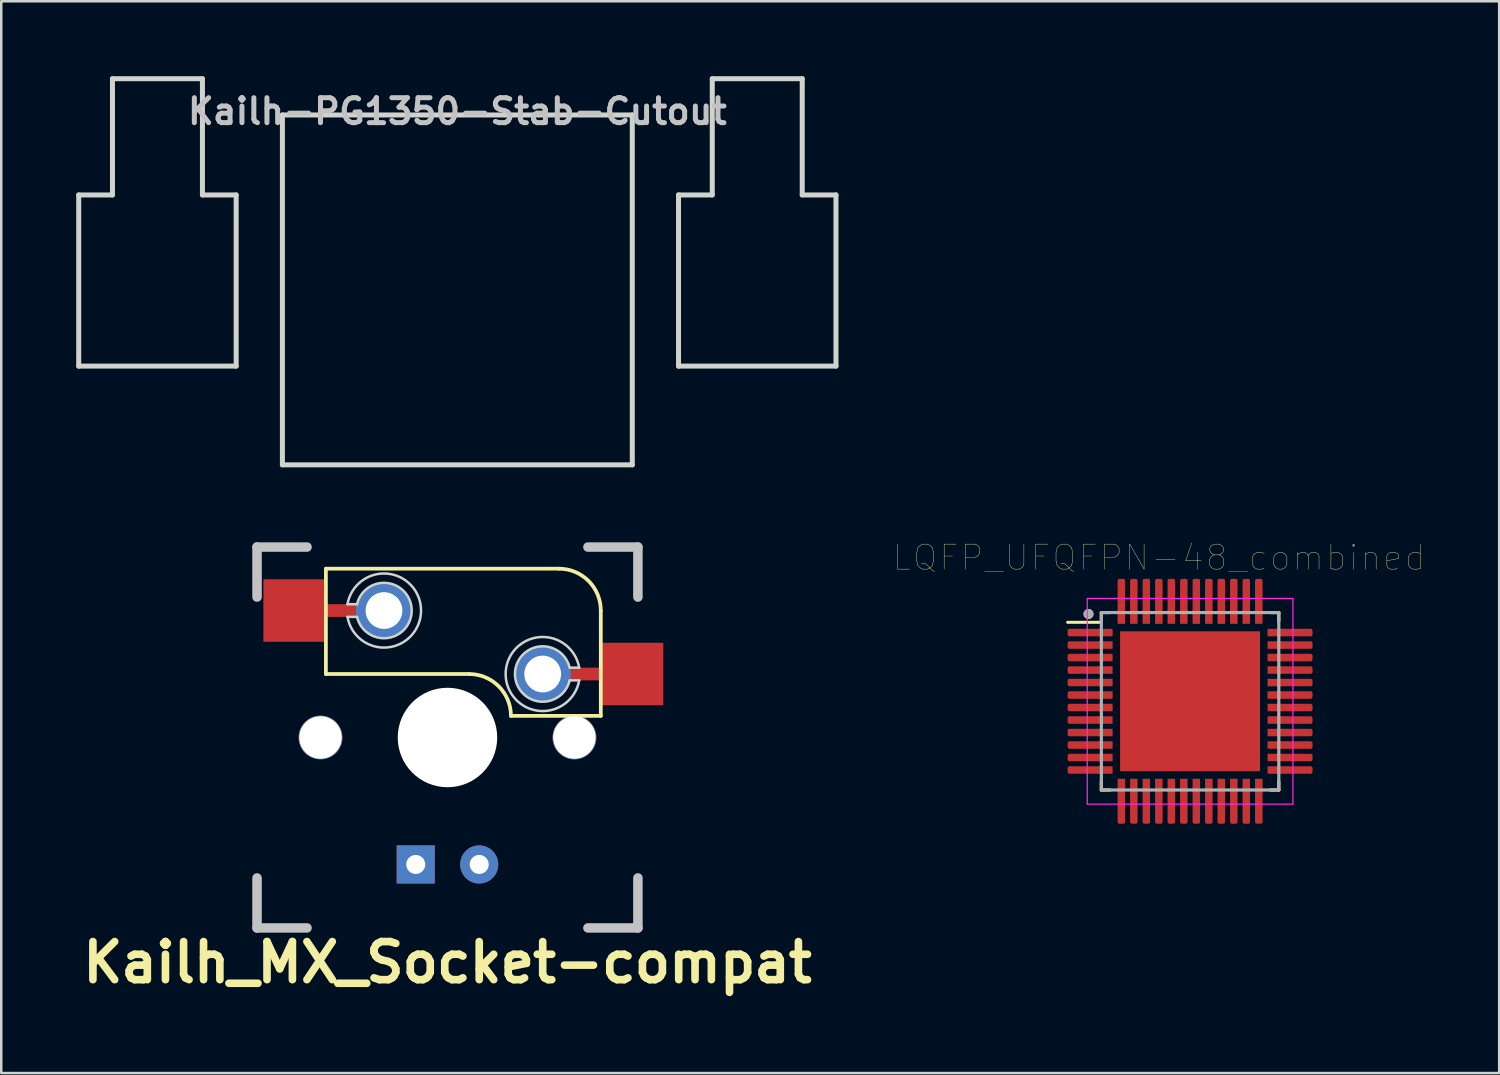
<source format=kicad_pcb>
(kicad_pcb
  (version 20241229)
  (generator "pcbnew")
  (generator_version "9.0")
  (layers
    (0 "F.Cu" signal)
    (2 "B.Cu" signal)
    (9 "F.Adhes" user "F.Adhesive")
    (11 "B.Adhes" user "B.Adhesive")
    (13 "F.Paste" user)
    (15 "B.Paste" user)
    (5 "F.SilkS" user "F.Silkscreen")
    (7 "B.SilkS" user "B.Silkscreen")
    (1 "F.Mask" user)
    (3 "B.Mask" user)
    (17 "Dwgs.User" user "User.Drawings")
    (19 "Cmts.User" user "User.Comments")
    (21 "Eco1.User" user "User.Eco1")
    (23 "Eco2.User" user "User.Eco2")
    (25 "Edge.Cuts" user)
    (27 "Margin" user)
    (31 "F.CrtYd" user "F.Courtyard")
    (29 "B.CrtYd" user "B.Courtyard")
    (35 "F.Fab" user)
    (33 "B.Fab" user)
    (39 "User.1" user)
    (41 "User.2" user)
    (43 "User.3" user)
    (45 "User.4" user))
  (footprint "Kailh-PG1350-Stab-Cutout"
    (layer "F.Cu")
    (at 15.25 8.55)
    (property "Reference" "Kailh-PG1350-Stab-Cutout" (at 0 -7.144 180) (layer "Dwgs.User") (effects (font (size 1 1) (thickness 0.2))))
    (attr through_hole)
    (fp_line (start -15.15 -3.8) (end -13.8 -3.8) (stroke (width 0.2) (type solid)) (layer "Edge.Cuts"))
    (fp_line (start -15.15 3.05) (end -15.15 -3.8) (stroke (width 0.2) (type solid)) (layer "Edge.Cuts"))
    (fp_line (start -15.15 3.05) (end -8.85 3.05) (stroke (width 0.2) (type solid)) (layer "Edge.Cuts"))
    (fp_line (start -13.8 -8.45) (end -13.8 -3.8) (stroke (width 0.2) (type solid)) (layer "Edge.Cuts"))
    (fp_line (start -13.8 -8.45) (end -10.2 -8.45) (stroke (width 0.2) (type solid)) (layer "Edge.Cuts"))
    (fp_line (start -10.2 -8.45) (end -10.2 -3.8) (stroke (width 0.2) (type solid)) (layer "Edge.Cuts"))
    (fp_line (start -10.2 -3.8) (end -8.85 -3.8) (stroke (width 0.2) (type solid)) (layer "Edge.Cuts"))
    (fp_line (start -8.85 3.05) (end -8.85 -3.8) (stroke (width 0.2) (type solid)) (layer "Edge.Cuts"))
    (fp_line (start -7 -7) (end 7 -7) (stroke (width 0.2) (type solid)) (layer "Edge.Cuts"))
    (fp_line (start -7 7) (end -7 -7) (stroke (width 0.2) (type solid)) (layer "Edge.Cuts"))
    (fp_line (start 7 -7) (end 7 7) (stroke (width 0.2) (type solid)) (layer "Edge.Cuts"))
    (fp_line (start 7 7) (end -7 7) (stroke (width 0.2) (type solid)) (layer "Edge.Cuts"))
    (fp_line (start 8.85 -3.8) (end 10.2 -3.8) (stroke (width 0.2) (type solid)) (layer "Edge.Cuts"))
    (fp_line (start 8.85 3.05) (end 8.85 -3.8) (stroke (width 0.2) (type solid)) (layer "Edge.Cuts"))
    (fp_line (start 8.85 3.05) (end 15.15 3.05) (stroke (width 0.2) (type solid)) (layer "Edge.Cuts"))
    (fp_line (start 10.2 -8.45) (end 10.2 -3.8) (stroke (width 0.2) (type solid)) (layer "Edge.Cuts"))
    (fp_line (start 10.2 -8.45) (end 13.8 -8.45) (stroke (width 0.2) (type solid)) (layer "Edge.Cuts"))
    (fp_line (start 13.8 -8.45) (end 13.8 -3.8) (stroke (width 0.2) (type solid)) (layer "Edge.Cuts"))
    (fp_line (start 13.8 -3.8) (end 15.15 -3.8) (stroke (width 0.2) (type solid)) (layer "Edge.Cuts"))
    (fp_line (start 15.15 3.05) (end 15.15 -3.8) (stroke (width 0.2) (type solid)) (layer "Edge.Cuts")))
  (footprint "Kailh_MX_Socket-compat"
    (layer "F.Cu")
    (at 14.855 26.46)
    (property "Reference" "Kailh_MX_Socket-compat" (at 0 9 0) (layer "F.SilkS") (effects (font (size 1.524 1.524) (thickness 0.305))))
    (attr through_hole)
    (fp_line (start -4.865 -6.75) (end -4.865 -2.54) (stroke (width 0.15) (type solid)) (layer "F.SilkS"))
    (fp_line (start 0.865 -2.54) (end -4.865 -2.54) (stroke (width 0.15) (type solid)) (layer "F.SilkS"))
    (fp_line (start 4.46 -6.755) (end -4.865 -6.755) (stroke (width 0.15) (type solid)) (layer "F.SilkS"))
    (fp_line (start 6.135 -5.08) (end 6.135 -0.865) (stroke (width 0.15) (type solid)) (layer "F.SilkS"))
    (fp_line (start 6.135 -0.865) (end 2.54 -0.865) (stroke (width 0.15) (type solid)) (layer "F.SilkS"))
    (fp_arc (start 0.865 -2.54) (mid 2.049404 -2.049404) (end 2.54 -0.865) (stroke (width 0.15) (type solid)) (layer "F.SilkS"))
    (fp_arc (start 4.46 -6.755) (mid 5.644404 -6.264404) (end 6.135 -5.08) (stroke (width 0.15) (type solid)) (layer "F.SilkS"))
    (fp_line (start -7.62 -7.62) (end -5.62 -7.62) (stroke (width 0.381) (type solid)) (layer "Dwgs.User"))
    (fp_line (start -7.62 -5.62) (end -7.62 -7.62) (stroke (width 0.381) (type solid)) (layer "Dwgs.User"))
    (fp_line (start -7.62 5.62) (end -7.62 7.62) (stroke (width 0.381) (type solid)) (layer "Dwgs.User"))
    (fp_line (start -7.62 7.62) (end -5.62 7.62) (stroke (width 0.381) (type solid)) (layer "Dwgs.User"))
    (fp_line (start 5.62 -7.62) (end 7.62 -7.62) (stroke (width 0.381) (type solid)) (layer "Dwgs.User"))
    (fp_line (start 5.62 7.62) (end 7.62 7.62) (stroke (width 0.381) (type solid)) (layer "Dwgs.User"))
    (fp_line (start 7.62 -7.62) (end 7.62 -5.62) (stroke (width 0.381) (type solid)) (layer "Dwgs.User"))
    (fp_line (start 7.62 5.62) (end 7.62 7.62) (stroke (width 0.381) (type solid)) (layer "Dwgs.User"))
    (fp_line (start -3.619 -5.334) (end -4 -5.334) (stroke (width 0.1) (type solid)) (layer "Edge.Cuts"))
    (fp_line (start -3.619 -4.826) (end -4 -4.826) (stroke (width 0.1) (type solid)) (layer "Edge.Cuts"))
    (fp_line (start 4.889 -2.794) (end 5.27 -2.794) (stroke (width 0.1) (type solid)) (layer "Edge.Cuts"))
    (fp_line (start 4.889 -2.286) (end 5.27 -2.286) (stroke (width 0.1) (type solid)) (layer "Edge.Cuts"))
    (fp_arc (start -4.000639 -5.333195) (mid -1.057578 -5.080408) (end -4.000499 -4.826001) (stroke (width 0.1) (type solid)) (layer "Edge.Cuts"))
    (fp_arc (start -3.619415 -5.334358) (mid -1.431021 -5.079816) (end -3.619499 -4.826001) (stroke (width 0.1) (type solid)) (layer "Edge.Cuts"))
    (fp_arc (start 4.889415 -2.285642) (mid 2.701021 -2.540184) (end 4.889499 -2.793999) (stroke (width 0.1) (type solid)) (layer "Edge.Cuts"))
    (fp_arc (start 5.270639 -2.286805) (mid 2.327578 -2.539592) (end 5.270499 -2.793999) (stroke (width 0.1) (type solid)) (layer "Edge.Cuts"))
    (pad "" np_thru_hole circle (at -5.08 0) (size 1.75 1.75) (drill 1.7) (layers "*.Cu" "*.Mask"))
    (pad "" np_thru_hole circle (at 0 0) (size 3.98 3.98) (drill 3.98) (layers "*.Cu" "*.Mask"))
    (pad "" np_thru_hole circle (at 5.08 0) (size 1.75 1.75) (drill 1.7) (layers "*.Cu" "*.Mask"))
    (pad "1" thru_hole circle (at 3.81 -2.54) (size 2.25 2.25) (drill 1.47) (layers "*.Cu" "*.Mask"))
    (pad "1" smd rect (at 5.524 -2.54 180) (size 1.5 0.508) (layers "F.Cu" "F.Mask"))
    (pad "1" smd rect (at 7.36 -2.54) (size 2.55 2.5) (layers "F.Cu" "F.Mask" "F.Paste"))
    (pad "2" smd rect (at -6.09 -5.08) (size 2.55 2.5) (layers "F.Cu" "F.Mask" "F.Paste"))
    (pad "2" smd rect (at -4.255 -5.08) (size 1.5 0.508) (layers "F.Cu" "F.Mask"))
    (pad "2" thru_hole circle (at -2.54 -5.08) (size 2.25 2.25) (drill 1.47) (layers "*.Cu" "*.Mask"))
    (pad "3" thru_hole rect (at -1.27 5.08) (size 1.524 1.524) (drill 0.762) (layers "*.Cu" "*.Mask"))
    (pad "4" thru_hole circle (at 1.27 5.08) (size 1.524 1.524) (drill 0.762) (layers "*.Cu" "*.Mask")))
  (footprint "LQFP_UFQFPN-48_combined"
    (layer "F.Cu")
    (at 44.569 25.011)
    (property "Reference" "LQFP_UFQFPN-48_combined" (at -1.245 -5.75 0) (layer "F.SilkS") (effects (font (size 1 1) (thickness 0.015))))
    (attr through_hole)
    (fp_line (start -3.61 -3.16) (end -4.9 -3.16) (stroke (width 0.12) (type solid)) (layer "F.SilkS"))
    (fp_line (start -3.55 -3.55) (end -3.55 -3.205) (stroke (width 0.127) (type solid)) (layer "F.SilkS"))
    (fp_line (start -3.55 -3.55) (end -3.205 -3.55) (stroke (width 0.127) (type solid)) (layer "F.SilkS"))
    (fp_line (start -3.55 3.55) (end -3.55 3.205) (stroke (width 0.127) (type solid)) (layer "F.SilkS"))
    (fp_line (start -3.55 3.55) (end -3.205 3.55) (stroke (width 0.127) (type solid)) (layer "F.SilkS"))
    (fp_line (start 3.55 -3.55) (end 3.205 -3.55) (stroke (width 0.127) (type solid)) (layer "F.SilkS"))
    (fp_line (start 3.55 -3.55) (end 3.55 -3.205) (stroke (width 0.127) (type solid)) (layer "F.SilkS"))
    (fp_line (start 3.55 3.55) (end 3.205 3.55) (stroke (width 0.127) (type solid)) (layer "F.SilkS"))
    (fp_line (start 3.55 3.55) (end 3.55 3.205) (stroke (width 0.127) (type solid)) (layer "F.SilkS"))
    (fp_circle (center -4.064 -3.493) (end -3.964 -3.493) (stroke (width 0.2) (type solid)) (fill no) (layer "F.SilkS"))
    (fp_poly (pts (xy -2.29 -2.29) (xy -0.51 -2.29) (xy -0.51 -0.51) (xy -2.29 -0.51)) (stroke (width 0.01) (type solid)) (fill yes) (layer "F.Paste"))
    (fp_poly (pts (xy -2.29 0.51) (xy -0.51 0.51) (xy -0.51 2.29) (xy -2.29 2.29)) (stroke (width 0.01) (type solid)) (fill yes) (layer "F.Paste"))
    (fp_poly (pts (xy 0.51 -2.29) (xy 2.29 -2.29) (xy 2.29 -0.51) (xy 0.51 -0.51)) (stroke (width 0.01) (type solid)) (fill yes) (layer "F.Paste"))
    (fp_poly (pts (xy 0.51 0.51) (xy 2.29 0.51) (xy 2.29 2.29) (xy 0.51 2.29)) (stroke (width 0.01) (type solid)) (fill yes) (layer "F.Paste"))
    (fp_line (start -4.115 -4.115) (end 4.115 -4.115) (stroke (width 0.05) (type solid)) (layer "F.CrtYd"))
    (fp_line (start -4.115 4.115) (end -4.115 -4.115) (stroke (width 0.05) (type solid)) (layer "F.CrtYd"))
    (fp_line (start -4.115 4.115) (end 4.115 4.115) (stroke (width 0.05) (type solid)) (layer "F.CrtYd"))
    (fp_line (start 4.115 4.115) (end 4.115 -4.115) (stroke (width 0.05) (type solid)) (layer "F.CrtYd"))
    (fp_line (start -3.55 3.55) (end -3.55 -3.55) (stroke (width 0.127) (type solid)) (layer "F.Fab"))
    (fp_line (start 3.55 -3.55) (end -3.55 -3.55) (stroke (width 0.127) (type solid)) (layer "F.Fab"))
    (fp_line (start 3.55 3.55) (end -3.55 3.55) (stroke (width 0.127) (type solid)) (layer "F.Fab"))
    (fp_line (start 3.55 3.55) (end 3.55 -3.55) (stroke (width 0.127) (type solid)) (layer "F.Fab"))
    (fp_circle (center -4.064 -3.493) (end -3.964 -3.493) (stroke (width 0.2) (type solid)) (fill no) (layer "F.Fab"))
    (pad "1" smd roundrect (at -4.162 -2.75) (size 1.475 0.3) (layers "F.Cu" "F.Mask" "F.Paste") (roundrect_rratio 0.25))
    (pad "1" smd rect (at -3.375 -2.75) (size 0.55 0.3) (layers "F.Cu" "F.Mask" "F.Paste"))
    (pad "2" smd roundrect (at -4.162 -2.25) (size 1.475 0.3) (layers "F.Cu" "F.Mask" "F.Paste") (roundrect_rratio 0.25))
    (pad "2" smd rect (at -3.375 -2.25) (size 0.55 0.3) (layers "F.Cu" "F.Mask" "F.Paste"))
    (pad "3" smd roundrect (at -4.162 -1.75) (size 1.475 0.3) (layers "F.Cu" "F.Mask" "F.Paste") (roundrect_rratio 0.25))
    (pad "3" smd rect (at -3.375 -1.75) (size 0.55 0.3) (layers "F.Cu" "F.Mask" "F.Paste"))
    (pad "4" smd roundrect (at -4.162 -1.25) (size 1.475 0.3) (layers "F.Cu" "F.Mask" "F.Paste") (roundrect_rratio 0.25))
    (pad "4" smd rect (at -3.375 -1.25) (size 0.55 0.3) (layers "F.Cu" "F.Mask" "F.Paste"))
    (pad "5" smd roundrect (at -4.162 -0.75) (size 1.475 0.3) (layers "F.Cu" "F.Mask" "F.Paste") (roundrect_rratio 0.25))
    (pad "5" smd rect (at -3.375 -0.75) (size 0.55 0.3) (layers "F.Cu" "F.Mask" "F.Paste"))
    (pad "6" smd roundrect (at -4.162 -0.25) (size 1.475 0.3) (layers "F.Cu" "F.Mask" "F.Paste") (roundrect_rratio 0.25))
    (pad "6" smd rect (at -3.375 -0.25) (size 0.55 0.3) (layers "F.Cu" "F.Mask" "F.Paste"))
    (pad "7" smd roundrect (at -4.162 0.25) (size 1.475 0.3) (layers "F.Cu" "F.Mask" "F.Paste") (roundrect_rratio 0.25))
    (pad "7" smd rect (at -3.375 0.25) (size 0.55 0.3) (layers "F.Cu" "F.Mask" "F.Paste"))
    (pad "8" smd roundrect (at -4.162 0.75) (size 1.475 0.3) (layers "F.Cu" "F.Mask" "F.Paste") (roundrect_rratio 0.25))
    (pad "8" smd rect (at -3.375 0.75) (size 0.55 0.3) (layers "F.Cu" "F.Mask" "F.Paste"))
    (pad "9" smd roundrect (at -4.162 1.25) (size 1.475 0.3) (layers "F.Cu" "F.Mask" "F.Paste") (roundrect_rratio 0.25))
    (pad "9" smd rect (at -3.375 1.25) (size 0.55 0.3) (layers "F.Cu" "F.Mask" "F.Paste"))
    (pad "10" smd roundrect (at -4.162 1.75) (size 1.475 0.3) (layers "F.Cu" "F.Mask" "F.Paste") (roundrect_rratio 0.25))
    (pad "10" smd rect (at -3.375 1.75) (size 0.55 0.3) (layers "F.Cu" "F.Mask" "F.Paste"))
    (pad "11" smd roundrect (at -4.162 2.25) (size 1.475 0.3) (layers "F.Cu" "F.Mask" "F.Paste") (roundrect_rratio 0.25))
    (pad "11" smd rect (at -3.375 2.25) (size 0.55 0.3) (layers "F.Cu" "F.Mask" "F.Paste"))
    (pad "12" smd roundrect (at -4.162 2.75) (size 1.475 0.3) (layers "F.Cu" "F.Mask" "F.Paste") (roundrect_rratio 0.25))
    (pad "12" smd rect (at -3.375 2.75) (size 0.55 0.3) (layers "F.Cu" "F.Mask" "F.Paste"))
    (pad "13" smd rect (at -2.75 3.375) (size 0.3 0.55) (layers "F.Cu" "F.Mask" "F.Paste"))
    (pad "13" smd roundrect (at -2.75 4.162) (size 0.3 1.475) (layers "F.Cu" "F.Mask" "F.Paste") (roundrect_rratio 0.25))
    (pad "14" smd rect (at -2.25 3.375) (size 0.3 0.55) (layers "F.Cu" "F.Mask" "F.Paste"))
    (pad "14" smd roundrect (at -2.25 4.162) (size 0.3 1.475) (layers "F.Cu" "F.Mask" "F.Paste") (roundrect_rratio 0.25))
    (pad "15" smd rect (at -1.75 3.375) (size 0.3 0.55) (layers "F.Cu" "F.Mask" "F.Paste"))
    (pad "15" smd roundrect (at -1.75 4.162) (size 0.3 1.475) (layers "F.Cu" "F.Mask" "F.Paste") (roundrect_rratio 0.25))
    (pad "16" smd rect (at -1.25 3.375) (size 0.3 0.55) (layers "F.Cu" "F.Mask" "F.Paste"))
    (pad "16" smd roundrect (at -1.25 4.162) (size 0.3 1.475) (layers "F.Cu" "F.Mask" "F.Paste") (roundrect_rratio 0.25))
    (pad "17" smd rect (at -0.75 3.375) (size 0.3 0.55) (layers "F.Cu" "F.Mask" "F.Paste"))
    (pad "17" smd roundrect (at -0.75 4.162) (size 0.3 1.475) (layers "F.Cu" "F.Mask" "F.Paste") (roundrect_rratio 0.25))
    (pad "18" smd rect (at -0.25 3.375) (size 0.3 0.55) (layers "F.Cu" "F.Mask" "F.Paste"))
    (pad "18" smd roundrect (at -0.25 4.162) (size 0.3 1.475) (layers "F.Cu" "F.Mask" "F.Paste") (roundrect_rratio 0.25))
    (pad "19" smd rect (at 0.25 3.375) (size 0.3 0.55) (layers "F.Cu" "F.Mask" "F.Paste"))
    (pad "19" smd roundrect (at 0.25 4.162) (size 0.3 1.475) (layers "F.Cu" "F.Mask" "F.Paste") (roundrect_rratio 0.25))
    (pad "20" smd rect (at 0.75 3.375) (size 0.3 0.55) (layers "F.Cu" "F.Mask" "F.Paste"))
    (pad "20" smd roundrect (at 0.75 4.162) (size 0.3 1.475) (layers "F.Cu" "F.Mask" "F.Paste") (roundrect_rratio 0.25))
    (pad "21" smd rect (at 1.25 3.375) (size 0.3 0.55) (layers "F.Cu" "F.Mask" "F.Paste"))
    (pad "21" smd roundrect (at 1.25 4.162) (size 0.3 1.475) (layers "F.Cu" "F.Mask" "F.Paste") (roundrect_rratio 0.25))
    (pad "22" smd rect (at 1.75 3.375) (size 0.3 0.55) (layers "F.Cu" "F.Mask" "F.Paste"))
    (pad "22" smd roundrect (at 1.75 4.162) (size 0.3 1.475) (layers "F.Cu" "F.Mask" "F.Paste") (roundrect_rratio 0.25))
    (pad "23" smd rect (at 2.25 3.375) (size 0.3 0.55) (layers "F.Cu" "F.Mask" "F.Paste"))
    (pad "23" smd roundrect (at 2.25 4.162) (size 0.3 1.475) (layers "F.Cu" "F.Mask" "F.Paste") (roundrect_rratio 0.25))
    (pad "24" smd rect (at 2.75 3.375) (size 0.3 0.55) (layers "F.Cu" "F.Mask" "F.Paste"))
    (pad "24" smd roundrect (at 2.75 4.162) (size 0.3 1.475) (layers "F.Cu" "F.Mask" "F.Paste") (roundrect_rratio 0.25))
    (pad "25" smd rect (at 3.375 2.75) (size 0.55 0.3) (layers "F.Cu" "F.Mask" "F.Paste"))
    (pad "25" smd roundrect (at 4.162 2.75) (size 1.475 0.3) (layers "F.Cu" "F.Mask" "F.Paste") (roundrect_rratio 0.25))
    (pad "26" smd rect (at 3.375 2.25) (size 0.55 0.3) (layers "F.Cu" "F.Mask" "F.Paste"))
    (pad "26" smd roundrect (at 4.162 2.25) (size 1.475 0.3) (layers "F.Cu" "F.Mask" "F.Paste") (roundrect_rratio 0.25))
    (pad "27" smd rect (at 3.375 1.75) (size 0.55 0.3) (layers "F.Cu" "F.Mask" "F.Paste"))
    (pad "27" smd roundrect (at 4.162 1.75) (size 1.475 0.3) (layers "F.Cu" "F.Mask" "F.Paste") (roundrect_rratio 0.25))
    (pad "28" smd rect (at 3.375 1.25) (size 0.55 0.3) (layers "F.Cu" "F.Mask" "F.Paste"))
    (pad "28" smd roundrect (at 4.162 1.25) (size 1.475 0.3) (layers "F.Cu" "F.Mask" "F.Paste") (roundrect_rratio 0.25))
    (pad "29" smd rect (at 3.375 0.75) (size 0.55 0.3) (layers "F.Cu" "F.Mask" "F.Paste"))
    (pad "29" smd roundrect (at 4.162 0.75) (size 1.475 0.3) (layers "F.Cu" "F.Mask" "F.Paste") (roundrect_rratio 0.25))
    (pad "30" smd rect (at 3.375 0.25) (size 0.55 0.3) (layers "F.Cu" "F.Mask" "F.Paste"))
    (pad "30" smd roundrect (at 4.162 0.25) (size 1.475 0.3) (layers "F.Cu" "F.Mask" "F.Paste") (roundrect_rratio 0.25))
    (pad "31" smd rect (at 3.375 -0.25) (size 0.55 0.3) (layers "F.Cu" "F.Mask" "F.Paste"))
    (pad "31" smd roundrect (at 4.162 -0.25) (size 1.475 0.3) (layers "F.Cu" "F.Mask" "F.Paste") (roundrect_rratio 0.25))
    (pad "32" smd rect (at 3.375 -0.75) (size 0.55 0.3) (layers "F.Cu" "F.Mask" "F.Paste"))
    (pad "32" smd roundrect (at 4.162 -0.75) (size 1.475 0.3) (layers "F.Cu" "F.Mask" "F.Paste") (roundrect_rratio 0.25))
    (pad "33" smd rect (at 3.375 -1.25) (size 0.55 0.3) (layers "F.Cu" "F.Mask" "F.Paste"))
    (pad "33" smd roundrect (at 4.162 -1.25) (size 1.475 0.3) (layers "F.Cu" "F.Mask" "F.Paste") (roundrect_rratio 0.25))
    (pad "34" smd rect (at 3.375 -1.75) (size 0.55 0.3) (layers "F.Cu" "F.Mask" "F.Paste"))
    (pad "34" smd roundrect (at 4.162 -1.75) (size 1.475 0.3) (layers "F.Cu" "F.Mask" "F.Paste") (roundrect_rratio 0.25))
    (pad "35" smd rect (at 0 0) (size 5.6 5.6) (layers "F.Cu" "F.Mask"))
    (pad "35" smd rect (at 3.375 -2.25) (size 0.55 0.3) (layers "F.Cu" "F.Mask" "F.Paste"))
    (pad "35" smd roundrect (at 4.162 -2.25) (size 1.475 0.3) (layers "F.Cu" "F.Mask" "F.Paste") (roundrect_rratio 0.25))
    (pad "36" smd rect (at 3.375 -2.75) (size 0.55 0.3) (layers "F.Cu" "F.Mask" "F.Paste"))
    (pad "36" smd roundrect (at 4.162 -2.75) (size 1.475 0.3) (layers "F.Cu" "F.Mask" "F.Paste") (roundrect_rratio 0.25))
    (pad "37" smd roundrect (at 2.75 -4.162) (size 0.3 1.475) (layers "F.Cu" "F.Mask" "F.Paste") (roundrect_rratio 0.25))
    (pad "37" smd rect (at 2.75 -3.375) (size 0.3 0.55) (layers "F.Cu" "F.Mask" "F.Paste"))
    (pad "38" smd roundrect (at 2.25 -4.162) (size 0.3 1.475) (layers "F.Cu" "F.Mask" "F.Paste") (roundrect_rratio 0.25))
    (pad "38" smd rect (at 2.25 -3.375) (size 0.3 0.55) (layers "F.Cu" "F.Mask" "F.Paste"))
    (pad "39" smd roundrect (at 1.75 -4.162) (size 0.3 1.475) (layers "F.Cu" "F.Mask" "F.Paste") (roundrect_rratio 0.25))
    (pad "39" smd rect (at 1.75 -3.375) (size 0.3 0.55) (layers "F.Cu" "F.Mask" "F.Paste"))
    (pad "40" smd roundrect (at 1.25 -4.162) (size 0.3 1.475) (layers "F.Cu" "F.Mask" "F.Paste") (roundrect_rratio 0.25))
    (pad "40" smd rect (at 1.25 -3.375) (size 0.3 0.55) (layers "F.Cu" "F.Mask" "F.Paste"))
    (pad "41" smd roundrect (at 0.75 -4.162) (size 0.3 1.475) (layers "F.Cu" "F.Mask" "F.Paste") (roundrect_rratio 0.25))
    (pad "41" smd rect (at 0.75 -3.375) (size 0.3 0.55) (layers "F.Cu" "F.Mask" "F.Paste"))
    (pad "42" smd roundrect (at 0.25 -4.162) (size 0.3 1.475) (layers "F.Cu" "F.Mask" "F.Paste") (roundrect_rratio 0.25))
    (pad "42" smd rect (at 0.25 -3.375) (size 0.3 0.55) (layers "F.Cu" "F.Mask" "F.Paste"))
    (pad "43" smd roundrect (at -0.25 -4.162) (size 0.3 1.475) (layers "F.Cu" "F.Mask" "F.Paste") (roundrect_rratio 0.25))
    (pad "43" smd rect (at -0.25 -3.375) (size 0.3 0.55) (layers "F.Cu" "F.Mask" "F.Paste"))
    (pad "44" smd roundrect (at -0.75 -4.162) (size 0.3 1.475) (layers "F.Cu" "F.Mask" "F.Paste") (roundrect_rratio 0.25))
    (pad "44" smd rect (at -0.75 -3.375) (size 0.3 0.55) (layers "F.Cu" "F.Mask" "F.Paste"))
    (pad "45" smd roundrect (at -1.25 -4.162) (size 0.3 1.475) (layers "F.Cu" "F.Mask" "F.Paste") (roundrect_rratio 0.25))
    (pad "45" smd rect (at -1.25 -3.375) (size 0.3 0.55) (layers "F.Cu" "F.Mask" "F.Paste"))
    (pad "46" smd roundrect (at -1.75 -4.162) (size 0.3 1.475) (layers "F.Cu" "F.Mask" "F.Paste") (roundrect_rratio 0.25))
    (pad "46" smd rect (at -1.75 -3.375) (size 0.3 0.55) (layers "F.Cu" "F.Mask" "F.Paste"))
    (pad "47" smd roundrect (at -2.25 -4.162) (size 0.3 1.475) (layers "F.Cu" "F.Mask" "F.Paste") (roundrect_rratio 0.25))
    (pad "47" smd rect (at -2.25 -3.375) (size 0.3 0.55) (layers "F.Cu" "F.Mask" "F.Paste"))
    (pad "48" smd roundrect (at -2.75 -4.162) (size 0.3 1.475) (layers "F.Cu" "F.Mask" "F.Paste") (roundrect_rratio 0.25))
    (pad "48" smd rect (at -2.75 -3.375) (size 0.3 0.55) (layers "F.Cu" "F.Mask" "F.Paste")))
  (gr_rect
    (start -3 -3)
    (end 56.937 39.887)
    (stroke (width 0.1) (type default))
    (fill no)
    (layer "Edge.Cuts")))
</source>
